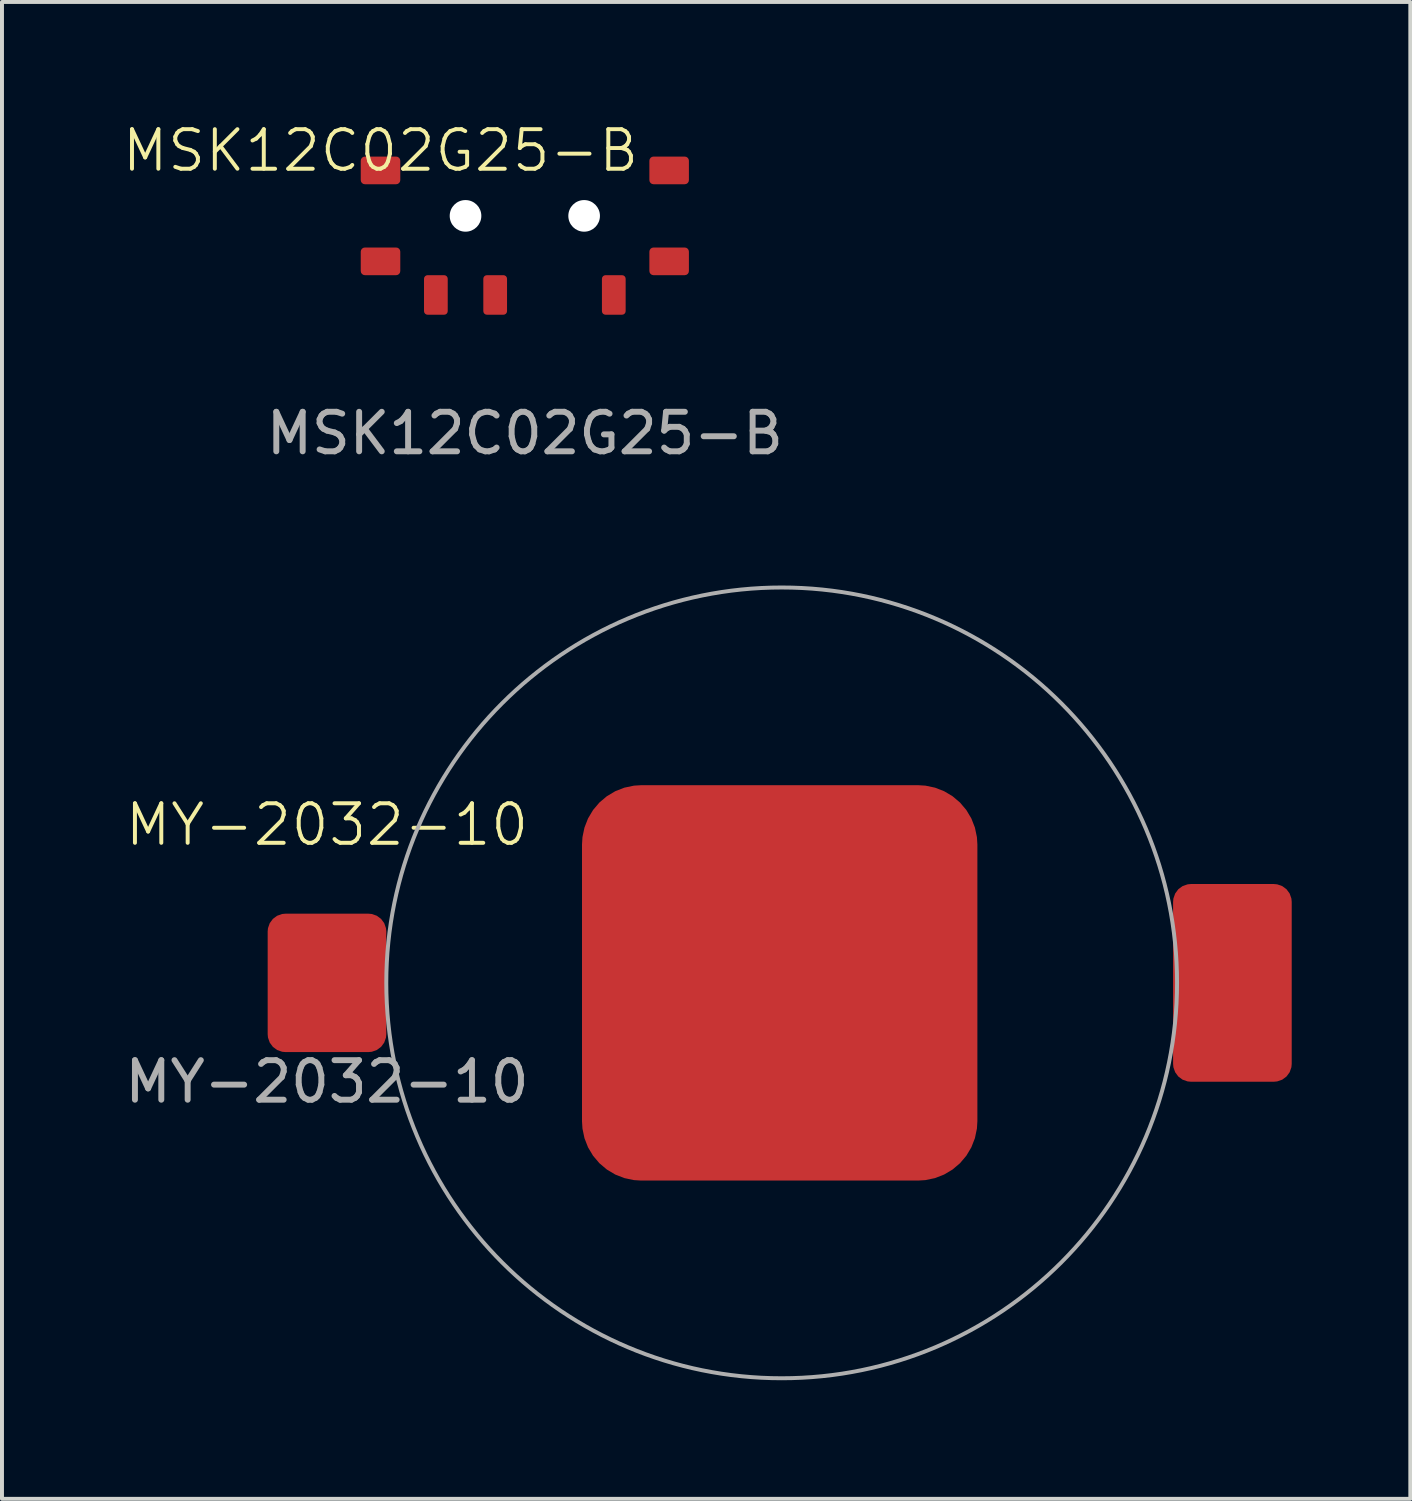
<source format=kicad_pcb>
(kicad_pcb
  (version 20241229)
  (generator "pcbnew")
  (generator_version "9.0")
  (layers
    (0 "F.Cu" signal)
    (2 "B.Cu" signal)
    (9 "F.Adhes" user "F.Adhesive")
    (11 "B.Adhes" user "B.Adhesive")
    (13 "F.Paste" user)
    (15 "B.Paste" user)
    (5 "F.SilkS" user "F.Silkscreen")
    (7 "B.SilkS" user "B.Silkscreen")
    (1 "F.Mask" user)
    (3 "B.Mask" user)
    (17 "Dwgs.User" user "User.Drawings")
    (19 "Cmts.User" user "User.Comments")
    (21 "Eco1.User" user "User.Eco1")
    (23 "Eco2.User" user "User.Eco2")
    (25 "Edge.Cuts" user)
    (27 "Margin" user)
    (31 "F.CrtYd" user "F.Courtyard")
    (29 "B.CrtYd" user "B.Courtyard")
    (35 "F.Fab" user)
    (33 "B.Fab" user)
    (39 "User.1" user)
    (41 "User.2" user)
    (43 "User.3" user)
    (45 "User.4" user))
  (footprint "MY-2032-10"
    (layer "F.Cu")
    (at 5.22 21.809)
    (property "Reference" "MY-2032-10" (at 0 -4 0) (unlocked yes) (layer "F.SilkS") (effects (font (size 1 1) (thickness 0.1))))
    (attr board_only exclude_from_pos_files exclude_from_bom)
    (fp_circle (center 11.5 0) (end 21.5 0) (stroke (width 0.1) (type solid)) (fill no) (layer "F.Fab"))
    (fp_text user "${REFERENCE}" (at 0 2.5 0) (unlocked yes) (layer "F.Fab") (effects (font (size 1 1) (thickness 0.15))))
    (pad "1" smd roundrect (at 0 0) (size 3 3.5) (layers "F.Cu" "F.Mask" "F.Paste") (roundrect_rratio 0.15))
    (pad "1" smd roundrect (at 22.9 0) (size 3 5) (layers "F.Cu" "F.Mask" "F.Paste") (roundrect_rratio 0.15))
    (pad "2" smd roundrect (at 11.45 0) (size 10 10) (layers "F.Cu" "F.Mask" "F.Paste") (roundrect_rratio 0.15)))
  (footprint "MSK12C02G25-B"
    (layer "F.Cu")
    (at 10.224 2.41)
    (property "Reference" "MSK12C02G25-B" (at -3.65 -1.65 0) (unlocked yes) (layer "F.SilkS") (effects (font (size 1 1) (thickness 0.1))))
    (attr board_only exclude_from_pos_files exclude_from_bom)
    (fp_text user "${REFERENCE}" (at 0 5.5 0) (unlocked yes) (layer "F.Fab") (effects (font (size 1 1) (thickness 0.15))))
    (pad "" np_thru_hole circle (at -1.5 0) (size 0.8 0.8) (drill 0.8) (layers "*.Cu" "*.Mask"))
    (pad "" np_thru_hole circle (at 1.5 0) (size 0.8 0.8) (drill 0.8) (layers "*.Cu" "*.Mask"))
    (pad "1" smd roundrect (at -2.25 2) (size 0.6 1) (layers "F.Cu" "F.Mask" "F.Paste") (roundrect_rratio 0.15))
    (pad "2" smd roundrect (at -0.75 2) (size 0.6 1) (layers "F.Cu" "F.Mask" "F.Paste") (roundrect_rratio 0.15))
    (pad "3" smd roundrect (at 2.25 2) (size 0.6 1) (layers "F.Cu" "F.Mask" "F.Paste") (roundrect_rratio 0.15))
    (pad "MP" smd roundrect (at -3.65 -1.15) (size 1 0.7) (layers "F.Cu" "F.Mask" "F.Paste") (roundrect_rratio 0.15))
    (pad "MP" smd roundrect (at -3.65 1.15) (size 1 0.7) (layers "F.Cu" "F.Mask" "F.Paste") (roundrect_rratio 0.15))
    (pad "MP" smd roundrect (at 3.65 -1.15) (size 1 0.7) (layers "F.Cu" "F.Mask" "F.Paste") (roundrect_rratio 0.15))
    (pad "MP" smd roundrect (at 3.65 1.15) (size 1 0.7) (layers "F.Cu" "F.Mask" "F.Paste") (roundrect_rratio 0.15)))
  (gr_rect
    (start -3 -3)
    (end 32.62 34.859)
    (stroke (width 0.1) (type default))
    (fill no)
    (layer "Edge.Cuts")))
</source>
